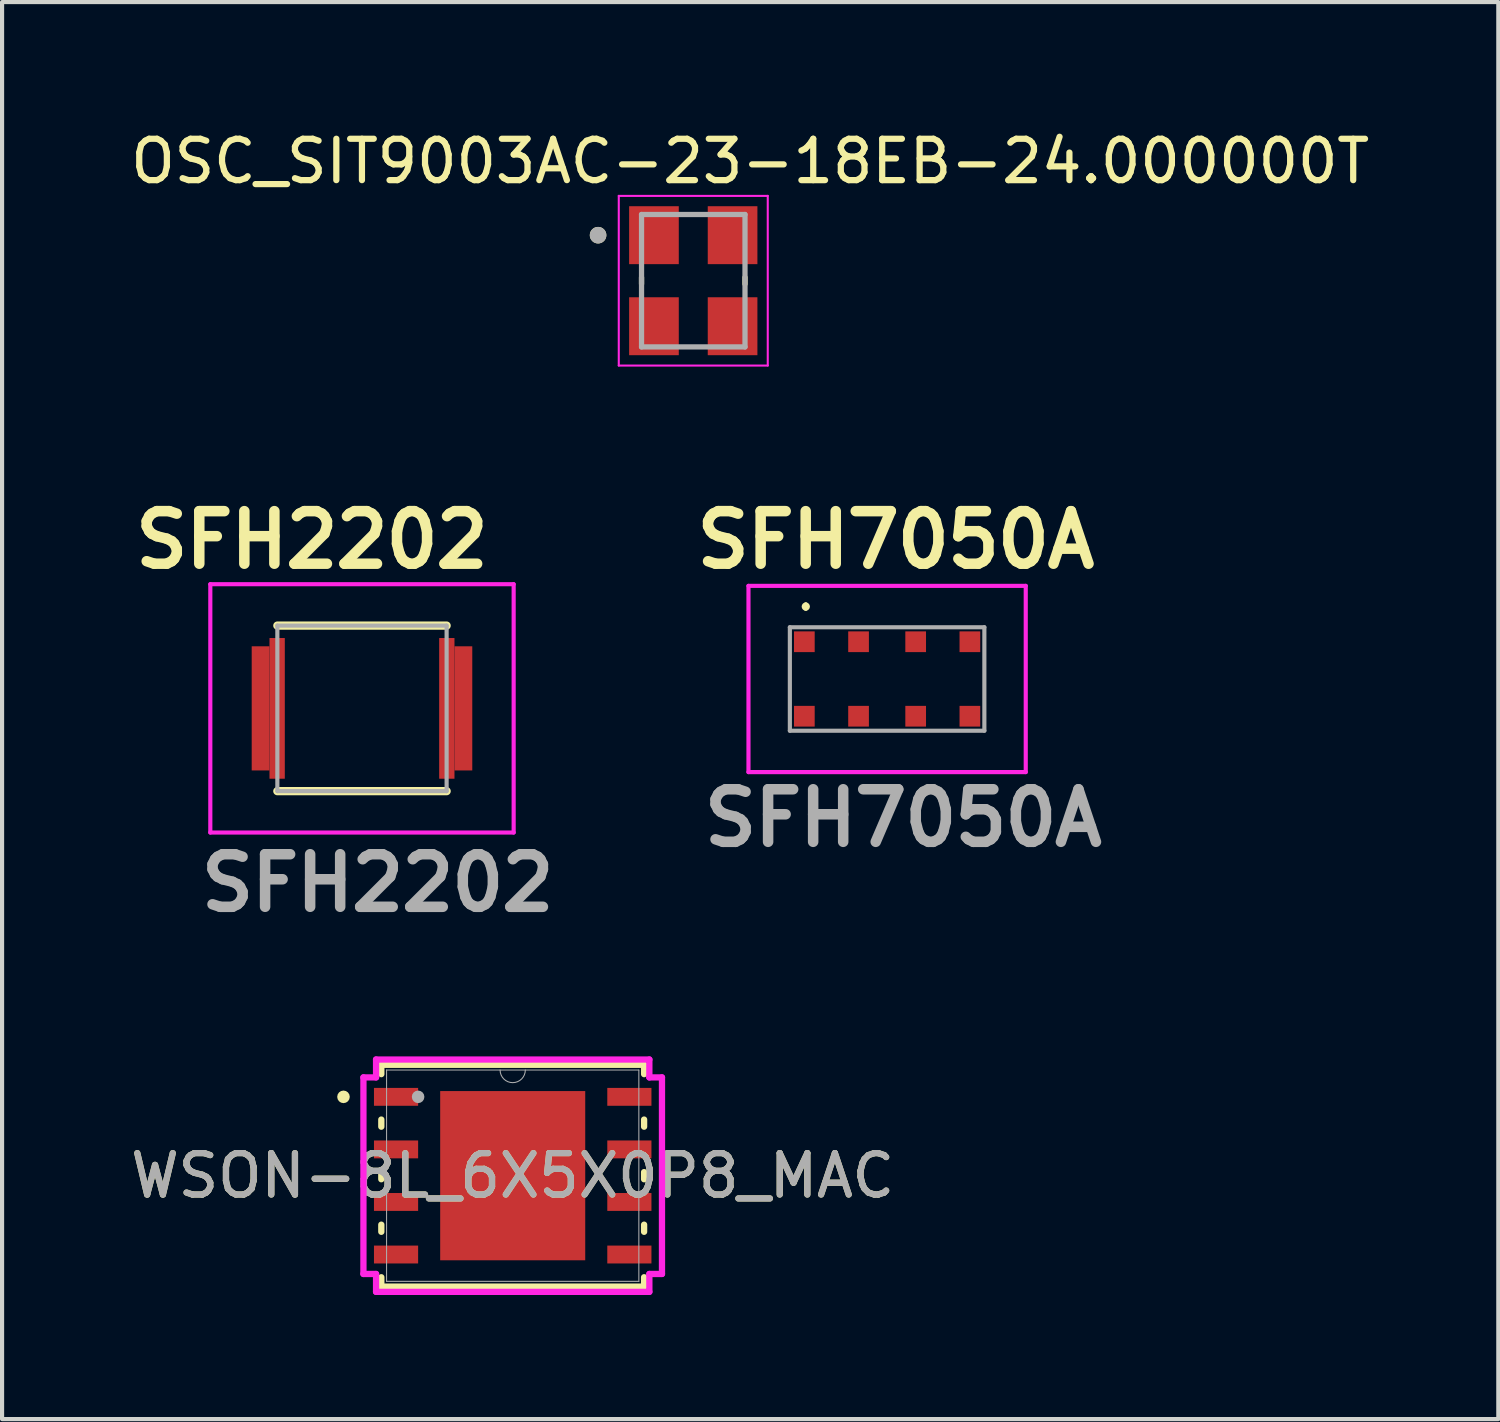
<source format=kicad_pcb>
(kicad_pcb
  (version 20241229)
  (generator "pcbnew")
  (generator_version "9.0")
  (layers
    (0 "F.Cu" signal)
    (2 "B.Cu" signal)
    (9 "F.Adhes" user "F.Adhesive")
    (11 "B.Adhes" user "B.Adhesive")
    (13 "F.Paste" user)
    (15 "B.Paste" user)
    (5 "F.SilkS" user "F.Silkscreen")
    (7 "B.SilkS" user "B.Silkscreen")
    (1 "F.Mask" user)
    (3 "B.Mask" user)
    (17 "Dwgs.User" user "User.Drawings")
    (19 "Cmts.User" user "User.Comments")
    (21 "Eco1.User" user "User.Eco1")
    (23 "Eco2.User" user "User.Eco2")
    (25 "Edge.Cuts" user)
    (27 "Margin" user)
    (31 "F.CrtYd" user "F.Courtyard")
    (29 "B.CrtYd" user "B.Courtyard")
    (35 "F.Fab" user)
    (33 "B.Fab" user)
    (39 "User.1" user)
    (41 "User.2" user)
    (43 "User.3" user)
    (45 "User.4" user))
  (footprint "OSC_SIT9003AC-23-18EB-24.000000T"
    (layer "F.Cu")
    (at 13.702 3.733)
    (property "Reference" "OSC_SIT9003AC-23-18EB-24.000000T" (at 1.375 -2.885 0) (layer "F.SilkS") (effects (font (size 1 1) (thickness 0.15))))
    (attr smd)
    (fp_line (start -1.25 -0.08) (end -1.25 0.08) (stroke (width 0.127) (type solid)) (layer "F.SilkS"))
    (fp_line (start 1.25 -0.08) (end 1.25 0.08) (stroke (width 0.127) (type solid)) (layer "F.SilkS"))
    (fp_circle (center -2.3 -1.1) (end -2.2 -1.1) (stroke (width 0.2) (type solid)) (fill no) (layer "F.SilkS"))
    (fp_line (start -1.8 -2.05) (end -1.8 2.05) (stroke (width 0.05) (type solid)) (layer "F.CrtYd"))
    (fp_line (start -1.8 -2.05) (end 1.8 -2.05) (stroke (width 0.05) (type solid)) (layer "F.CrtYd"))
    (fp_line (start 1.8 -2.05) (end 1.8 2.05) (stroke (width 0.05) (type solid)) (layer "F.CrtYd"))
    (fp_line (start 1.8 2.05) (end -1.8 2.05) (stroke (width 0.05) (type solid)) (layer "F.CrtYd"))
    (fp_line (start -1.25 -1.6) (end -1.25 1.6) (stroke (width 0.127) (type solid)) (layer "F.Fab"))
    (fp_line (start -1.25 -1.6) (end 1.25 -1.6) (stroke (width 0.127) (type solid)) (layer "F.Fab"))
    (fp_line (start 1.25 -1.6) (end 1.25 1.6) (stroke (width 0.127) (type solid)) (layer "F.Fab"))
    (fp_line (start 1.25 1.6) (end -1.25 1.6) (stroke (width 0.127) (type solid)) (layer "F.Fab"))
    (fp_circle (center -2.3 -1.1) (end -2.2 -1.1) (stroke (width 0.2) (type solid)) (fill no) (layer "F.Fab"))
    (pad "1" smd rect (at -0.95 -1.1) (size 1.2 1.4) (layers "F.Cu" "F.Mask" "F.Paste"))
    (pad "2" smd rect (at -0.95 1.1) (size 1.2 1.4) (layers "F.Cu" "F.Mask" "F.Paste"))
    (pad "3" smd rect (at 0.95 1.1) (size 1.2 1.4) (layers "F.Cu" "F.Mask" "F.Paste"))
    (pad "4" smd rect (at 0.95 -1.1) (size 1.2 1.4) (layers "F.Cu" "F.Mask" "F.Paste")))
  (footprint "SFH7050A"
    (layer "F.Cu")
    (at 18.386 13.357)
    (property "Reference" "SFH7050A" (at 0.21 -3.36 0) (layer "F.SilkS") (effects (font (size 1.27 1.27) (thickness 0.254))))
    (attr smd)
    (fp_line (start -1.965 -1.8) (end -1.965 -1.8) (stroke (width 0.1) (type solid)) (layer "F.SilkS"))
    (fp_line (start -1.965 -1.7) (end -1.965 -1.7) (stroke (width 0.1) (type solid)) (layer "F.SilkS"))
    (fp_arc (start -1.965 -1.8) (mid -1.915 -1.75) (end -1.965 -1.7) (stroke (width 0.1) (type solid)) (layer "F.SilkS"))
    (fp_arc (start -1.965 -1.7) (mid -2.015 -1.75) (end -1.965 -1.8) (stroke (width 0.1) (type solid)) (layer "F.SilkS"))
    (fp_line (start -3.35 -2.25) (end -3.35 2.25) (stroke (width 0.1) (type solid)) (layer "F.CrtYd"))
    (fp_line (start -3.35 2.25) (end 3.35 2.25) (stroke (width 0.1) (type solid)) (layer "F.CrtYd"))
    (fp_line (start 3.35 -2.25) (end -3.35 -2.25) (stroke (width 0.1) (type solid)) (layer "F.CrtYd"))
    (fp_line (start 3.35 2.25) (end 3.35 -2.25) (stroke (width 0.1) (type solid)) (layer "F.CrtYd"))
    (fp_line (start -2.35 -1.25) (end -2.35 1.25) (stroke (width 0.1) (type solid)) (layer "F.Fab"))
    (fp_line (start -2.35 1.25) (end 2.35 1.25) (stroke (width 0.1) (type solid)) (layer "F.Fab"))
    (fp_line (start 2.35 -1.25) (end -2.35 -1.25) (stroke (width 0.1) (type solid)) (layer "F.Fab"))
    (fp_line (start 2.35 1.25) (end 2.35 -1.25) (stroke (width 0.1) (type solid)) (layer "F.Fab"))
    (fp_text user "${REFERENCE}" (at 0.39 3.36 0) (layer "F.Fab") (effects (font (size 1.27 1.27) (thickness 0.254))))
    (pad "1" smd rect (at -2 -0.9) (size 0.5 0.501) (layers "F.Cu" "F.Mask" "F.Paste"))
    (pad "2" smd rect (at -0.69 -0.9) (size 0.5 0.501) (layers "F.Cu" "F.Mask" "F.Paste"))
    (pad "3" smd rect (at 0.69 -0.9) (size 0.5 0.501) (layers "F.Cu" "F.Mask" "F.Paste"))
    (pad "4" smd rect (at 2 -0.9) (size 0.5 0.501) (layers "F.Cu" "F.Mask" "F.Paste"))
    (pad "5" smd rect (at 2 0.9) (size 0.5 0.501) (layers "F.Cu" "F.Mask" "F.Paste"))
    (pad "6" smd rect (at 0.69 0.9) (size 0.5 0.501) (layers "F.Cu" "F.Mask" "F.Paste"))
    (pad "7" smd rect (at -0.69 0.9) (size 0.5 0.501) (layers "F.Cu" "F.Mask" "F.Paste"))
    (pad "8" smd rect (at -2 0.9) (size 0.5 0.501) (layers "F.Cu" "F.Mask" "F.Paste")))
  (footprint "SFH2202"
    (layer "F.Cu")
    (at 5.697 14.067)
    (property "Reference" "SFH2202" (at -1.21 -4.07 0) (layer "F.SilkS") (effects (font (size 1.27 1.27) (thickness 0.254))))
    (attr smd)
    (fp_line (start -2.045 -2) (end 2.045 -2) (stroke (width 0.2) (type solid)) (layer "F.SilkS"))
    (fp_line (start -2.045 2) (end 2.045 2) (stroke (width 0.2) (type solid)) (layer "F.SilkS"))
    (fp_line (start -3.665 -3) (end 3.665 -3) (stroke (width 0.1) (type solid)) (layer "F.CrtYd"))
    (fp_line (start -3.665 3) (end -3.665 -3) (stroke (width 0.1) (type solid)) (layer "F.CrtYd"))
    (fp_line (start 3.665 -3) (end 3.665 3) (stroke (width 0.1) (type solid)) (layer "F.CrtYd"))
    (fp_line (start 3.665 3) (end -3.665 3) (stroke (width 0.1) (type solid)) (layer "F.CrtYd"))
    (fp_line (start -2.045 -2) (end 2.045 -2) (stroke (width 0.1) (type solid)) (layer "F.Fab"))
    (fp_line (start -2.045 2) (end -2.045 -2) (stroke (width 0.1) (type solid)) (layer "F.Fab"))
    (fp_line (start 2.045 -2) (end 2.045 2) (stroke (width 0.1) (type solid)) (layer "F.Fab"))
    (fp_line (start 2.045 2) (end -2.045 2) (stroke (width 0.1) (type solid)) (layer "F.Fab"))
    (fp_text user "${REFERENCE}" (at 0.38 4.22 0) (layer "F.Fab") (effects (font (size 1.27 1.27) (thickness 0.254))))
    (pad "1" smd rect (at -2.05 0) (size 0.37 3.4) (layers "F.Cu" "F.Mask" "F.Paste"))
    (pad "2" smd rect (at 2.05 0) (size 0.37 3.4) (layers "F.Cu" "F.Mask" "F.Paste"))
    (pad "3" smd rect (at -2.45 0) (size 0.43 3) (layers "F.Cu" "F.Mask" "F.Paste"))
    (pad "4" smd rect (at 2.45 0) (size 0.43 3) (layers "F.Cu" "F.Mask" "F.Paste")))
  (footprint "WSON-8L_6X5X0P8_MAC"
    (layer "F.Cu")
    (at 9.339 25.359)
    (property "Reference" "WSON-8L_6X5X0P8_MAC" (at 0 0 0) (unlocked yes) (layer "F.SilkS") (effects (font (size 1 1) (thickness 0.15))))
    (attr smd)
    (fp_line (start -3.175 -2.68) (end -3.175 -2.454) (stroke (width 0.152) (type solid)) (layer "F.SilkS"))
    (fp_line (start -3.175 -1.356) (end -3.175 -1.184) (stroke (width 0.152) (type solid)) (layer "F.SilkS"))
    (fp_line (start -3.175 -0.086) (end -3.175 0.086) (stroke (width 0.152) (type solid)) (layer "F.SilkS"))
    (fp_line (start -3.175 1.184) (end -3.175 1.356) (stroke (width 0.152) (type solid)) (layer "F.SilkS"))
    (fp_line (start -3.175 2.454) (end -3.175 2.68) (stroke (width 0.152) (type solid)) (layer "F.SilkS"))
    (fp_line (start -3.175 2.68) (end 3.175 2.68) (stroke (width 0.152) (type solid)) (layer "F.SilkS"))
    (fp_line (start 3.175 -2.68) (end -3.175 -2.68) (stroke (width 0.152) (type solid)) (layer "F.SilkS"))
    (fp_line (start 3.175 -2.454) (end 3.175 -2.68) (stroke (width 0.152) (type solid)) (layer "F.SilkS"))
    (fp_line (start 3.175 -1.184) (end 3.175 -1.356) (stroke (width 0.152) (type solid)) (layer "F.SilkS"))
    (fp_line (start 3.175 0.086) (end 3.175 -0.086) (stroke (width 0.152) (type solid)) (layer "F.SilkS"))
    (fp_line (start 3.175 1.356) (end 3.175 1.184) (stroke (width 0.152) (type solid)) (layer "F.SilkS"))
    (fp_line (start 3.175 2.68) (end 3.175 2.454) (stroke (width 0.152) (type solid)) (layer "F.SilkS"))
    (fp_circle (center -4.089 -1.905) (end -4.013 -1.905) (stroke (width 0.152) (type solid)) (fill no) (layer "F.SilkS"))
    (fp_poly (pts (xy -1.653 -1.945) (xy -1.653 -0.782) (xy -0.1 -0.782) (xy -0.1 -1.945)) (stroke (width 0) (type solid)) (fill yes) (layer "F.Paste"))
    (fp_poly (pts (xy -1.653 -0.582) (xy -1.653 0.582) (xy -0.1 0.582) (xy -0.1 -0.582)) (stroke (width 0) (type solid)) (fill yes) (layer "F.Paste"))
    (fp_poly (pts (xy -1.653 0.782) (xy -1.653 1.945) (xy -0.1 1.945) (xy -0.1 0.782)) (stroke (width 0) (type solid)) (fill yes) (layer "F.Paste"))
    (fp_poly (pts (xy 0.1 -1.945) (xy 0.1 -0.782) (xy 1.653 -0.782) (xy 1.653 -1.945)) (stroke (width 0) (type solid)) (fill yes) (layer "F.Paste"))
    (fp_poly (pts (xy 0.1 -0.582) (xy 0.1 0.582) (xy 1.653 0.582) (xy 1.653 -0.582)) (stroke (width 0) (type solid)) (fill yes) (layer "F.Paste"))
    (fp_poly (pts (xy 0.1 0.782) (xy 0.1 1.945) (xy 1.653 1.945) (xy 1.653 0.782)) (stroke (width 0) (type solid)) (fill yes) (layer "F.Paste"))
    (fp_line (start -3.607 -2.375) (end -3.302 -2.375) (stroke (width 0.152) (type solid)) (layer "F.CrtYd"))
    (fp_line (start -3.607 2.375) (end -3.607 -2.375) (stroke (width 0.152) (type solid)) (layer "F.CrtYd"))
    (fp_line (start -3.607 2.375) (end -3.302 2.375) (stroke (width 0.152) (type solid)) (layer "F.CrtYd"))
    (fp_line (start -3.302 -2.807) (end 3.302 -2.807) (stroke (width 0.152) (type solid)) (layer "F.CrtYd"))
    (fp_line (start -3.302 -2.375) (end -3.302 -2.807) (stroke (width 0.152) (type solid)) (layer "F.CrtYd"))
    (fp_line (start -3.302 2.807) (end -3.302 2.375) (stroke (width 0.152) (type solid)) (layer "F.CrtYd"))
    (fp_line (start 3.302 -2.807) (end 3.302 -2.375) (stroke (width 0.152) (type solid)) (layer "F.CrtYd"))
    (fp_line (start 3.302 2.375) (end 3.302 2.807) (stroke (width 0.152) (type solid)) (layer "F.CrtYd"))
    (fp_line (start 3.302 2.807) (end -3.302 2.807) (stroke (width 0.152) (type solid)) (layer "F.CrtYd"))
    (fp_line (start 3.607 -2.375) (end 3.302 -2.375) (stroke (width 0.152) (type solid)) (layer "F.CrtYd"))
    (fp_line (start 3.607 -2.375) (end 3.607 2.375) (stroke (width 0.152) (type solid)) (layer "F.CrtYd"))
    (fp_line (start 3.607 2.375) (end 3.302 2.375) (stroke (width 0.152) (type solid)) (layer "F.CrtYd"))
    (fp_line (start -3.048 -2.553) (end -3.048 2.553) (stroke (width 0.025) (type solid)) (layer "F.Fab"))
    (fp_line (start -3.048 2.553) (end 3.048 2.553) (stroke (width 0.025) (type solid)) (layer "F.Fab"))
    (fp_line (start 3.048 -2.553) (end -3.048 -2.553) (stroke (width 0.025) (type solid)) (layer "F.Fab"))
    (fp_line (start 3.048 2.553) (end 3.048 -2.553) (stroke (width 0.025) (type solid)) (layer "F.Fab"))
    (fp_arc (start 0.3048 -2.5527) (mid 0 -2.2479) (end -0.3048 -2.5527) (stroke (width 0.0254) (type solid)) (layer "F.Fab"))
    (fp_circle (center -2.286 -1.905) (end -2.286 -1.905) (stroke (width 0.152) (type solid)) (fill no) (layer "F.Fab"))
    (fp_text user "${REFERENCE}" (at 0 0 0) (unlocked yes) (layer "F.Fab") (effects (font (size 1 1) (thickness 0.15))))
    (pad "1" smd rect (at -2.819 -1.905) (size 1.067 0.432) (layers "F.Cu" "F.Mask" "F.Paste"))
    (pad "2" smd rect (at -2.819 -0.635) (size 1.067 0.432) (layers "F.Cu" "F.Mask" "F.Paste"))
    (pad "3" smd rect (at -2.819 0.635) (size 1.067 0.432) (layers "F.Cu" "F.Mask" "F.Paste"))
    (pad "4" smd rect (at -2.819 1.905) (size 1.067 0.432) (layers "F.Cu" "F.Mask" "F.Paste"))
    (pad "5" smd rect (at 2.819 1.905) (size 1.067 0.432) (layers "F.Cu" "F.Mask" "F.Paste"))
    (pad "6" smd rect (at 2.819 0.635) (size 1.067 0.432) (layers "F.Cu" "F.Mask" "F.Paste"))
    (pad "7" smd rect (at 2.819 -0.635) (size 1.067 0.432) (layers "F.Cu" "F.Mask" "F.Paste"))
    (pad "8" smd rect (at 2.819 -1.905) (size 1.067 0.432) (layers "F.Cu" "F.Mask" "F.Paste"))
    (pad "9" smd rect (at 0 0) (size 3.505 4.089) (layers "F.Cu" "F.Mask" "F.Paste")))
  (gr_rect
    (start -3 -3)
    (end 33.155 31.241)
    (stroke (width 0.1) (type default))
    (fill no)
    (layer "Edge.Cuts")))
</source>
